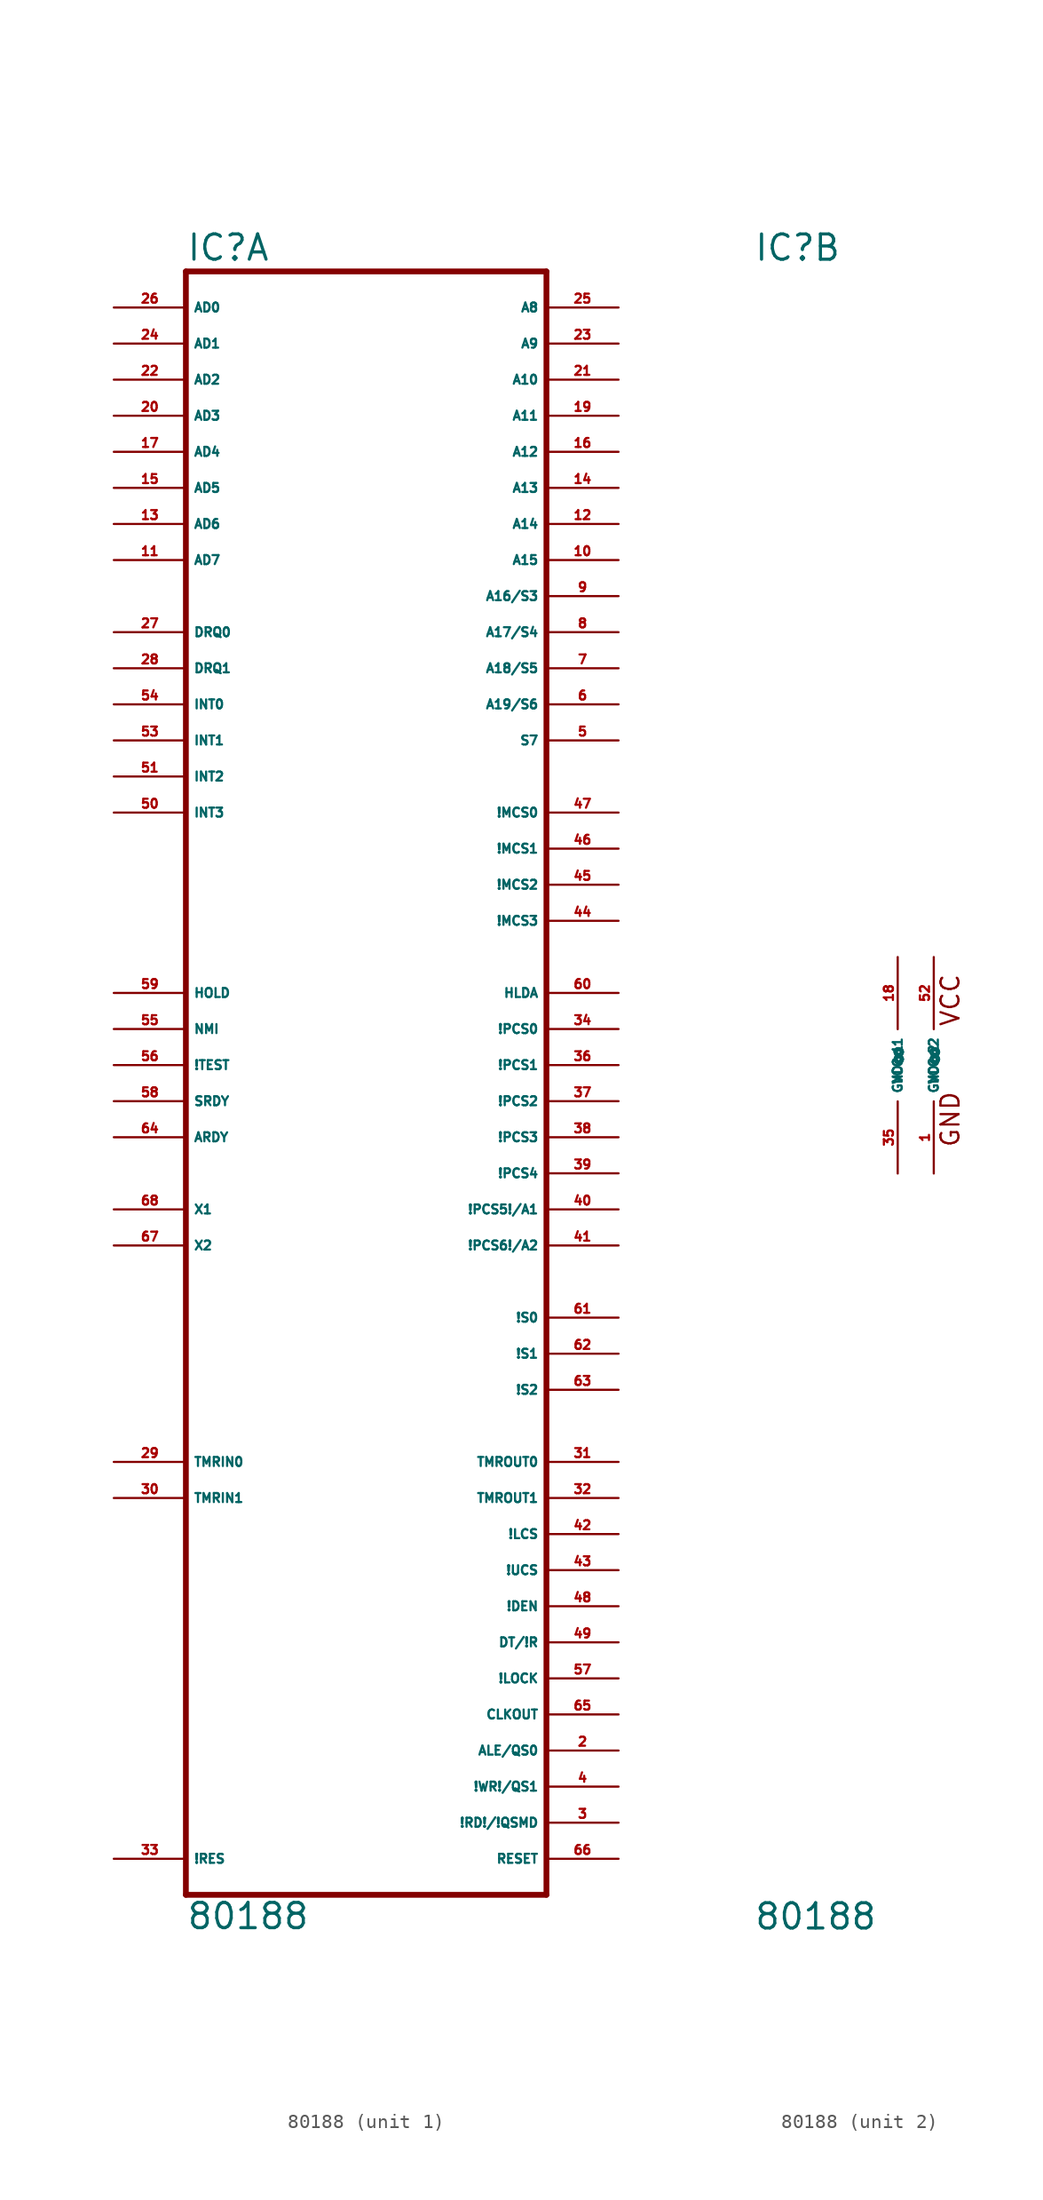
<source format=kicad_sym>
(kicad_symbol_lib
  (version 20220914)
  (generator Eagle2Kicad)
  (symbol "80188"
    (property "Reference" "IC"
      (at -12.7 56.515 0)
      (effects (font (size 1.778 1.778) (thickness 0.22)) (justify left bottom)))
    (property "Value" "80188"
      (at -12.7 -60.96 0)
      (effects (font (size 1.778 1.778) (thickness 0.22)) (justify left bottom)))
    (symbol "80188_1_0"
      (polyline (pts (xy -12.7 -58.42) (xy 12.7 -58.42)) (stroke (width 0.406) (type default)) (fill (type none)))
      (polyline (pts (xy 12.7 -58.42) (xy 12.7 55.88)) (stroke (width 0.406) (type default)) (fill (type none)))
      (polyline (pts (xy 12.7 55.88) (xy -12.7 55.88)) (stroke (width 0.406) (type default)) (fill (type none)))
      (polyline (pts (xy -12.7 55.88) (xy -12.7 -58.42)) (stroke (width 0.406) (type default)) (fill (type none)))
      (pin bidirectional line (at -17.78 53.34 0) (length 5.08) (name "AD0" (effects (font (size 0.635 0.635) (thickness 0.08)) (justify left bottom))) (number "26" (effects (font (size 0.635 0.635) (thickness 0.08)) (justify left bottom))))
      (pin bidirectional line (at -17.78 50.8 0) (length 5.08) (name "AD1" (effects (font (size 0.635 0.635) (thickness 0.08)) (justify left bottom))) (number "24" (effects (font (size 0.635 0.635) (thickness 0.08)) (justify left bottom))))
      (pin bidirectional line (at -17.78 48.26 0) (length 5.08) (name "AD2" (effects (font (size 0.635 0.635) (thickness 0.08)) (justify left bottom))) (number "22" (effects (font (size 0.635 0.635) (thickness 0.08)) (justify left bottom))))
      (pin bidirectional line (at -17.78 45.72 0) (length 5.08) (name "AD3" (effects (font (size 0.635 0.635) (thickness 0.08)) (justify left bottom))) (number "20" (effects (font (size 0.635 0.635) (thickness 0.08)) (justify left bottom))))
      (pin bidirectional line (at -17.78 43.18 0) (length 5.08) (name "AD4" (effects (font (size 0.635 0.635) (thickness 0.08)) (justify left bottom))) (number "17" (effects (font (size 0.635 0.635) (thickness 0.08)) (justify left bottom))))
      (pin bidirectional line (at -17.78 40.64 0) (length 5.08) (name "AD5" (effects (font (size 0.635 0.635) (thickness 0.08)) (justify left bottom))) (number "15" (effects (font (size 0.635 0.635) (thickness 0.08)) (justify left bottom))))
      (pin bidirectional line (at -17.78 38.1 0) (length 5.08) (name "AD6" (effects (font (size 0.635 0.635) (thickness 0.08)) (justify left bottom))) (number "13" (effects (font (size 0.635 0.635) (thickness 0.08)) (justify left bottom))))
      (pin bidirectional line (at -17.78 35.56 0) (length 5.08) (name "AD7" (effects (font (size 0.635 0.635) (thickness 0.08)) (justify left bottom))) (number "11" (effects (font (size 0.635 0.635) (thickness 0.08)) (justify left bottom))))
      (pin output line (at 17.78 53.34 180) (length 5.08) (name "A8" (effects (font (size 0.635 0.635) (thickness 0.08)) (justify left bottom))) (number "25" (effects (font (size 0.635 0.635) (thickness 0.08)) (justify left bottom))))
      (pin output line (at 17.78 50.8 180) (length 5.08) (name "A9" (effects (font (size 0.635 0.635) (thickness 0.08)) (justify left bottom))) (number "23" (effects (font (size 0.635 0.635) (thickness 0.08)) (justify left bottom))))
      (pin output line (at 17.78 48.26 180) (length 5.08) (name "A10" (effects (font (size 0.635 0.635) (thickness 0.08)) (justify left bottom))) (number "21" (effects (font (size 0.635 0.635) (thickness 0.08)) (justify left bottom))))
      (pin output line (at 17.78 45.72 180) (length 5.08) (name "A11" (effects (font (size 0.635 0.635) (thickness 0.08)) (justify left bottom))) (number "19" (effects (font (size 0.635 0.635) (thickness 0.08)) (justify left bottom))))
      (pin output line (at 17.78 43.18 180) (length 5.08) (name "A12" (effects (font (size 0.635 0.635) (thickness 0.08)) (justify left bottom))) (number "16" (effects (font (size 0.635 0.635) (thickness 0.08)) (justify left bottom))))
      (pin output line (at 17.78 40.64 180) (length 5.08) (name "A13" (effects (font (size 0.635 0.635) (thickness 0.08)) (justify left bottom))) (number "14" (effects (font (size 0.635 0.635) (thickness 0.08)) (justify left bottom))))
      (pin output line (at 17.78 38.1 180) (length 5.08) (name "A14" (effects (font (size 0.635 0.635) (thickness 0.08)) (justify left bottom))) (number "12" (effects (font (size 0.635 0.635) (thickness 0.08)) (justify left bottom))))
      (pin output line (at 17.78 35.56 180) (length 5.08) (name "A15" (effects (font (size 0.635 0.635) (thickness 0.08)) (justify left bottom))) (number "10" (effects (font (size 0.635 0.635) (thickness 0.08)) (justify left bottom))))
      (pin output line (at 17.78 33.02 180) (length 5.08) (name "A16/S3" (effects (font (size 0.635 0.635) (thickness 0.08)) (justify left bottom))) (number "9" (effects (font (size 0.635 0.635) (thickness 0.08)) (justify left bottom))))
      (pin output line (at 17.78 30.48 180) (length 5.08) (name "A17/S4" (effects (font (size 0.635 0.635) (thickness 0.08)) (justify left bottom))) (number "8" (effects (font (size 0.635 0.635) (thickness 0.08)) (justify left bottom))))
      (pin output line (at 17.78 27.94 180) (length 5.08) (name "A18/S5" (effects (font (size 0.635 0.635) (thickness 0.08)) (justify left bottom))) (number "7" (effects (font (size 0.635 0.635) (thickness 0.08)) (justify left bottom))))
      (pin output line (at 17.78 25.4 180) (length 5.08) (name "A19/S6" (effects (font (size 0.635 0.635) (thickness 0.08)) (justify left bottom))) (number "6" (effects (font (size 0.635 0.635) (thickness 0.08)) (justify left bottom))))
      (pin output line (at 17.78 17.78 180) (length 5.08) (name "!MCS0" (effects (font (size 0.635 0.635) (thickness 0.08)) (justify left bottom))) (number "47" (effects (font (size 0.635 0.635) (thickness 0.08)) (justify left bottom))))
      (pin output line (at 17.78 15.24 180) (length 5.08) (name "!MCS1" (effects (font (size 0.635 0.635) (thickness 0.08)) (justify left bottom))) (number "46" (effects (font (size 0.635 0.635) (thickness 0.08)) (justify left bottom))))
      (pin output line (at 17.78 12.7 180) (length 5.08) (name "!MCS2" (effects (font (size 0.635 0.635) (thickness 0.08)) (justify left bottom))) (number "45" (effects (font (size 0.635 0.635) (thickness 0.08)) (justify left bottom))))
      (pin output line (at 17.78 2.54 180) (length 5.08) (name "!PCS0" (effects (font (size 0.635 0.635) (thickness 0.08)) (justify left bottom))) (number "34" (effects (font (size 0.635 0.635) (thickness 0.08)) (justify left bottom))))
      (pin output line (at 17.78 0 180) (length 5.08) (name "!PCS1" (effects (font (size 0.635 0.635) (thickness 0.08)) (justify left bottom))) (number "36" (effects (font (size 0.635 0.635) (thickness 0.08)) (justify left bottom))))
      (pin output line (at 17.78 -2.54 180) (length 5.08) (name "!PCS2" (effects (font (size 0.635 0.635) (thickness 0.08)) (justify left bottom))) (number "37" (effects (font (size 0.635 0.635) (thickness 0.08)) (justify left bottom))))
      (pin output line (at 17.78 -5.08 180) (length 5.08) (name "!PCS3" (effects (font (size 0.635 0.635) (thickness 0.08)) (justify left bottom))) (number "38" (effects (font (size 0.635 0.635) (thickness 0.08)) (justify left bottom))))
      (pin output line (at 17.78 -7.62 180) (length 5.08) (name "!PCS4" (effects (font (size 0.635 0.635) (thickness 0.08)) (justify left bottom))) (number "39" (effects (font (size 0.635 0.635) (thickness 0.08)) (justify left bottom))))
      (pin output line (at 17.78 -10.16 180) (length 5.08) (name "!PCS5!/A1" (effects (font (size 0.635 0.635) (thickness 0.08)) (justify left bottom))) (number "40" (effects (font (size 0.635 0.635) (thickness 0.08)) (justify left bottom))))
      (pin output line (at 17.78 -12.7 180) (length 5.08) (name "!PCS6!/A2" (effects (font (size 0.635 0.635) (thickness 0.08)) (justify left bottom))) (number "41" (effects (font (size 0.635 0.635) (thickness 0.08)) (justify left bottom))))
      (pin output line (at 17.78 -27.94 180) (length 5.08) (name "TMROUT0" (effects (font (size 0.635 0.635) (thickness 0.08)) (justify left bottom))) (number "31" (effects (font (size 0.635 0.635) (thickness 0.08)) (justify left bottom))))
      (pin output line (at 17.78 -30.48 180) (length 5.08) (name "TMROUT1" (effects (font (size 0.635 0.635) (thickness 0.08)) (justify left bottom))) (number "32" (effects (font (size 0.635 0.635) (thickness 0.08)) (justify left bottom))))
      (pin input line (at -17.78 30.48 0) (length 5.08) (name "DRQ0" (effects (font (size 0.635 0.635) (thickness 0.08)) (justify left bottom))) (number "27" (effects (font (size 0.635 0.635) (thickness 0.08)) (justify left bottom))))
      (pin input line (at -17.78 27.94 0) (length 5.08) (name "DRQ1" (effects (font (size 0.635 0.635) (thickness 0.08)) (justify left bottom))) (number "28" (effects (font (size 0.635 0.635) (thickness 0.08)) (justify left bottom))))
      (pin input line (at -17.78 -55.88 0) (length 5.08) (name "!RES" (effects (font (size 0.635 0.635) (thickness 0.08)) (justify left bottom))) (number "33" (effects (font (size 0.635 0.635) (thickness 0.08)) (justify left bottom))))
      (pin input line (at -17.78 -27.94 0) (length 5.08) (name "TMRIN0" (effects (font (size 0.635 0.635) (thickness 0.08)) (justify left bottom))) (number "29" (effects (font (size 0.635 0.635) (thickness 0.08)) (justify left bottom))))
      (pin input line (at -17.78 -30.48 0) (length 5.08) (name "TMRIN1" (effects (font (size 0.635 0.635) (thickness 0.08)) (justify left bottom))) (number "30" (effects (font (size 0.635 0.635) (thickness 0.08)) (justify left bottom))))
      (pin output line (at 17.78 -33.02 180) (length 5.08) (name "!LCS" (effects (font (size 0.635 0.635) (thickness 0.08)) (justify left bottom))) (number "42" (effects (font (size 0.635 0.635) (thickness 0.08)) (justify left bottom))))
      (pin output line (at 17.78 -35.56 180) (length 5.08) (name "!UCS" (effects (font (size 0.635 0.635) (thickness 0.08)) (justify left bottom))) (number "43" (effects (font (size 0.635 0.635) (thickness 0.08)) (justify left bottom))))
      (pin output line (at 17.78 -38.1 180) (length 5.08) (name "!DEN" (effects (font (size 0.635 0.635) (thickness 0.08)) (justify left bottom))) (number "48" (effects (font (size 0.635 0.635) (thickness 0.08)) (justify left bottom))))
      (pin output line (at 17.78 -40.64 180) (length 5.08) (name "DT/!R" (effects (font (size 0.635 0.635) (thickness 0.08)) (justify left bottom))) (number "49" (effects (font (size 0.635 0.635) (thickness 0.08)) (justify left bottom))))
      (pin output line (at 17.78 -43.18 180) (length 5.08) (name "!LOCK" (effects (font (size 0.635 0.635) (thickness 0.08)) (justify left bottom))) (number "57" (effects (font (size 0.635 0.635) (thickness 0.08)) (justify left bottom))))
      (pin output line (at 17.78 -45.72 180) (length 5.08) (name "CLKOUT" (effects (font (size 0.635 0.635) (thickness 0.08)) (justify left bottom))) (number "65" (effects (font (size 0.635 0.635) (thickness 0.08)) (justify left bottom))))
      (pin output line (at 17.78 -17.78 180) (length 5.08) (name "!S0" (effects (font (size 0.635 0.635) (thickness 0.08)) (justify left bottom))) (number "61" (effects (font (size 0.635 0.635) (thickness 0.08)) (justify left bottom))))
      (pin output line (at 17.78 -20.32 180) (length 5.08) (name "!S1" (effects (font (size 0.635 0.635) (thickness 0.08)) (justify left bottom))) (number "62" (effects (font (size 0.635 0.635) (thickness 0.08)) (justify left bottom))))
      (pin output line (at 17.78 -22.86 180) (length 5.08) (name "!S2" (effects (font (size 0.635 0.635) (thickness 0.08)) (justify left bottom))) (number "63" (effects (font (size 0.635 0.635) (thickness 0.08)) (justify left bottom))))
      (pin input line (at -17.78 25.4 0) (length 5.08) (name "INT0" (effects (font (size 0.635 0.635) (thickness 0.08)) (justify left bottom))) (number "54" (effects (font (size 0.635 0.635) (thickness 0.08)) (justify left bottom))))
      (pin input line (at -17.78 22.86 0) (length 5.08) (name "INT1" (effects (font (size 0.635 0.635) (thickness 0.08)) (justify left bottom))) (number "53" (effects (font (size 0.635 0.635) (thickness 0.08)) (justify left bottom))))
      (pin bidirectional line (at -17.78 20.32 0) (length 5.08) (name "INT2" (effects (font (size 0.635 0.635) (thickness 0.08)) (justify left bottom))) (number "51" (effects (font (size 0.635 0.635) (thickness 0.08)) (justify left bottom))))
      (pin bidirectional line (at -17.78 17.78 0) (length 5.08) (name "INT3" (effects (font (size 0.635 0.635) (thickness 0.08)) (justify left bottom))) (number "50" (effects (font (size 0.635 0.635) (thickness 0.08)) (justify left bottom))))
      (pin input line (at -17.78 2.54 0) (length 5.08) (name "NMI" (effects (font (size 0.635 0.635) (thickness 0.08)) (justify left bottom))) (number "55" (effects (font (size 0.635 0.635) (thickness 0.08)) (justify left bottom))))
      (pin input line (at -17.78 0 0) (length 5.08) (name "!TEST" (effects (font (size 0.635 0.635) (thickness 0.08)) (justify left bottom))) (number "56" (effects (font (size 0.635 0.635) (thickness 0.08)) (justify left bottom))))
      (pin input line (at -17.78 5.08 0) (length 5.08) (name "HOLD" (effects (font (size 0.635 0.635) (thickness 0.08)) (justify left bottom))) (number "59" (effects (font (size 0.635 0.635) (thickness 0.08)) (justify left bottom))))
      (pin output line (at 17.78 5.08 180) (length 5.08) (name "HLDA" (effects (font (size 0.635 0.635) (thickness 0.08)) (justify left bottom))) (number "60" (effects (font (size 0.635 0.635) (thickness 0.08)) (justify left bottom))))
      (pin output line (at -17.78 -2.54 0) (length 5.08) (name "SRDY" (effects (font (size 0.635 0.635) (thickness 0.08)) (justify left bottom))) (number "58" (effects (font (size 0.635 0.635) (thickness 0.08)) (justify left bottom))))
      (pin output line (at -17.78 -5.08 0) (length 5.08) (name "ARDY" (effects (font (size 0.635 0.635) (thickness 0.08)) (justify left bottom))) (number "64" (effects (font (size 0.635 0.635) (thickness 0.08)) (justify left bottom))))
      (pin output line (at -17.78 -10.16 0) (length 5.08) (name "X1" (effects (font (size 0.635 0.635) (thickness 0.08)) (justify left bottom))) (number "68" (effects (font (size 0.635 0.635) (thickness 0.08)) (justify left bottom))))
      (pin output line (at -17.78 -12.7 0) (length 5.08) (name "X2" (effects (font (size 0.635 0.635) (thickness 0.08)) (justify left bottom))) (number "67" (effects (font (size 0.635 0.635) (thickness 0.08)) (justify left bottom))))
      (pin output line (at 17.78 -55.88 180) (length 5.08) (name "RESET" (effects (font (size 0.635 0.635) (thickness 0.08)) (justify left bottom))) (number "66" (effects (font (size 0.635 0.635) (thickness 0.08)) (justify left bottom))))
      (pin output line (at 17.78 -53.34 180) (length 5.08) (name "!RD!/!QSMD" (effects (font (size 0.635 0.635) (thickness 0.08)) (justify left bottom))) (number "3" (effects (font (size 0.635 0.635) (thickness 0.08)) (justify left bottom))))
      (pin output line (at 17.78 -48.26 180) (length 5.08) (name "ALE/QS0" (effects (font (size 0.635 0.635) (thickness 0.08)) (justify left bottom))) (number "2" (effects (font (size 0.635 0.635) (thickness 0.08)) (justify left bottom))))
      (pin output line (at 17.78 -50.8 180) (length 5.08) (name "!WR!/QS1" (effects (font (size 0.635 0.635) (thickness 0.08)) (justify left bottom))) (number "4" (effects (font (size 0.635 0.635) (thickness 0.08)) (justify left bottom))))
      (pin output line (at 17.78 22.86 180) (length 5.08) (name "S7" (effects (font (size 0.635 0.635) (thickness 0.08)) (justify left bottom))) (number "5" (effects (font (size 0.635 0.635) (thickness 0.08)) (justify left bottom))))
      (pin output line (at 17.78 10.16 180) (length 5.08) (name "!MCS3" (effects (font (size 0.635 0.635) (thickness 0.08)) (justify left bottom))) (number "44" (effects (font (size 0.635 0.635) (thickness 0.08)) (justify left bottom)))))
    (symbol "80188_2_0"
      (text "VCC" (at 1.905 2.667 900) (effects (font (size 1.27 1.27) (thickness 0.16)) (justify left bottom)))
      (text "GND" (at 1.905 -5.842 900) (effects (font (size 1.27 1.27) (thickness 0.16)) (justify left bottom)))
      (pin unspecified line (at -2.54 -7.62 90) (length 5.08) (name "GND@1" (effects (font (size 0.635 0.635) (thickness 0.08)) (justify left bottom))) (number "35" (effects (font (size 0.635 0.635) (thickness 0.08)) (justify left bottom))))
      (pin unspecified line (at 0 -7.62 90) (length 5.08) (name "GND@2" (effects (font (size 0.635 0.635) (thickness 0.08)) (justify left bottom))) (number "1" (effects (font (size 0.635 0.635) (thickness 0.08)) (justify left bottom))))
      (pin unspecified line (at -2.54 7.62 270) (length 5.08) (name "VCC@1" (effects (font (size 0.635 0.635) (thickness 0.08)) (justify left bottom))) (number "18" (effects (font (size 0.635 0.635) (thickness 0.08)) (justify left bottom))))
      (pin unspecified line (at 0 7.62 270) (length 5.08) (name "VCC@2" (effects (font (size 0.635 0.635) (thickness 0.08)) (justify left bottom))) (number "52" (effects (font (size 0.635 0.635) (thickness 0.08)) (justify left bottom)))))))
</source>
